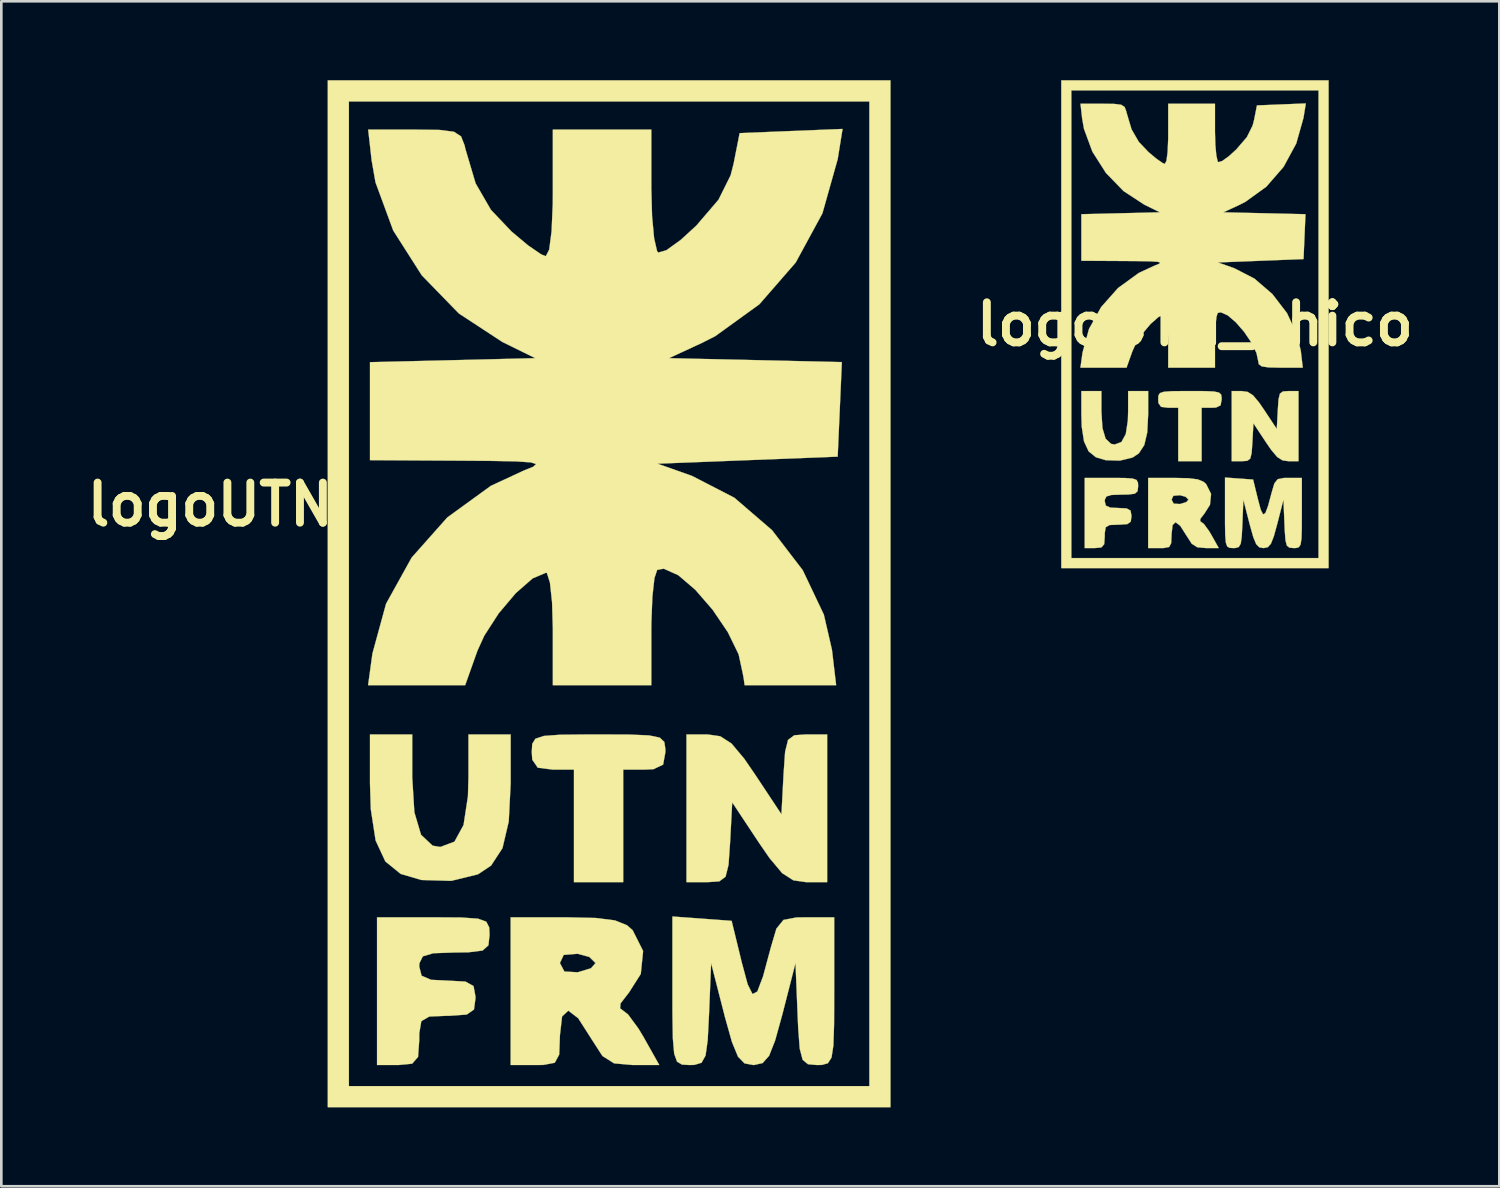
<source format=kicad_pcb>
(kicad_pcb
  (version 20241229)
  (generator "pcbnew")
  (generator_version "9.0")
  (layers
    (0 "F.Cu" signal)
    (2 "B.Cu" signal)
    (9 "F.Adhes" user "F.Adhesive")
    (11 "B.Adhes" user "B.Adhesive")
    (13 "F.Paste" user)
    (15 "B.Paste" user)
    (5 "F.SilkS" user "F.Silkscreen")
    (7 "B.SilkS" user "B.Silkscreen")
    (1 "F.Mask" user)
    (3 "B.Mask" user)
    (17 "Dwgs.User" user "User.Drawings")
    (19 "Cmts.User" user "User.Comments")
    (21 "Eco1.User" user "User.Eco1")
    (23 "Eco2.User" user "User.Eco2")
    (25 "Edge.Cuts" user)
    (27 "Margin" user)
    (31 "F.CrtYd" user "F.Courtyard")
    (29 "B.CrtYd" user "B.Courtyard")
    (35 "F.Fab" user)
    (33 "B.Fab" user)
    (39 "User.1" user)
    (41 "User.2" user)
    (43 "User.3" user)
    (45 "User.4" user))
  (footprint "logoUTN"
    (layer "F.Cu")
    (at 18.836 11.903)
    (property "Reference" "logoUTN" (at -13.894 4.227 0) (layer "F.SilkS") (effects (font (size 1.524 1.524) (thickness 0.3))))
    (attr through_hole)
    (fp_poly (pts (xy 11.965 27.138) (xy -9.425 27.138) (xy -9.425 -11.096) (xy -8.623 -11.096) (xy -8.623 26.336) (xy 11.163 26.336) (xy 11.163 -11.096) (xy -8.623 -11.096) (xy -9.425 -11.096) (xy -9.425 -11.898) (xy 11.965 -11.898) (xy 11.965 27.138)) (stroke (width 0.01) (type solid)) (fill yes) (layer "F.SilkS"))
    (fp_poly (pts (xy 2.046 12.972) (xy 2.788 13.004) (xy 3.195 13.088) (xy 3.369 13.253) (xy 3.408 13.523) (xy 3.409 13.636) (xy 3.323 14.113) (xy 2.956 14.288) (xy 2.607 14.304) (xy 1.805 14.304) (xy 1.805 18.582) (xy -0.067 18.582) (xy -0.067 14.304) (xy -0.869 14.304) (xy -1.442 14.232) (xy -1.652 13.926) (xy -1.671 13.636) (xy -1.653 13.326) (xy -1.534 13.131) (xy -1.212 13.024) (xy -0.588 12.978) (xy 0.439 12.968) (xy 0.869 12.967) (xy 2.046 12.972)) (stroke (width 0.01) (type solid)) (fill yes) (layer "F.SilkS"))
    (fp_poly (pts (xy -6.216 14.589) (xy -6.134 15.925) (xy -5.88 16.782) (xy -5.44 17.195) (xy -5.147 17.245) (xy -4.609 17.042) (xy -4.264 16.41) (xy -4.097 15.317) (xy -4.077 14.589) (xy -4.077 12.967) (xy -2.473 12.967) (xy -2.473 14.826) (xy -2.546 16.275) (xy -2.784 17.289) (xy -3.218 17.953) (xy -3.718 18.285) (xy -4.734 18.533) (xy -5.868 18.5) (xy -6.654 18.269) (xy -7.237 17.795) (xy -7.607 16.999) (xy -7.79 15.809) (xy -7.821 14.826) (xy -7.821 12.967) (xy -6.216 12.967) (xy -6.216 14.589)) (stroke (width 0.01) (type solid)) (fill yes) (layer "F.SilkS"))
    (fp_poly (pts (xy 5.495 13.037) (xy 5.921 13.311) (xy 6.406 13.889) (xy 6.815 14.485) (xy 7.821 16.003) (xy 7.901 14.485) (xy 7.96 13.627) (xy 8.072 13.175) (xy 8.311 12.998) (xy 8.749 12.967) (xy 8.77 12.967) (xy 9.558 12.967) (xy 9.558 18.582) (xy 8.759 18.582) (xy 8.274 18.513) (xy 7.848 18.239) (xy 7.363 17.66) (xy 6.954 17.065) (xy 5.949 15.547) (xy 5.869 17.065) (xy 5.809 17.922) (xy 5.697 18.375) (xy 5.459 18.552) (xy 5.02 18.582) (xy 5 18.582) (xy 4.211 18.582) (xy 4.211 12.967) (xy 5.01 12.967) (xy 5.495 13.037)) (stroke (width 0.01) (type solid)) (fill yes) (layer "F.SilkS"))
    (fp_poly (pts (xy -4.353 19.926) (xy -3.718 19.97) (xy -3.399 20.085) (xy -3.288 20.306) (xy -3.275 20.587) (xy -3.319 20.984) (xy -3.54 21.182) (xy -4.076 21.249) (xy -4.612 21.256) (xy -5.414 21.284) (xy -5.814 21.403) (xy -5.943 21.667) (xy -5.949 21.791) (xy -5.859 22.14) (xy -5.497 22.295) (xy -4.879 22.325) (xy -4.19 22.362) (xy -3.884 22.534) (xy -3.81 22.935) (xy -3.81 22.994) (xy -3.868 23.424) (xy -4.144 23.616) (xy -4.786 23.662) (xy -4.879 23.662) (xy -5.564 23.69) (xy -5.869 23.865) (xy -5.947 24.322) (xy -5.949 24.598) (xy -5.994 25.227) (xy -6.22 25.484) (xy -6.751 25.534) (xy -7.553 25.534) (xy -7.553 19.919) (xy -5.414 19.919) (xy -4.353 19.926)) (stroke (width 0.01) (type solid)) (fill yes) (layer "F.SilkS"))
    (fp_poly (pts (xy 0.76 19.944) (xy 1.491 20.036) (xy 1.947 20.219) (xy 2.164 20.408) (xy 2.562 21.2) (xy 2.474 22.071) (xy 2.026 22.776) (xy 1.703 23.193) (xy 1.687 23.392) (xy 1.709 23.395) (xy 1.987 23.608) (xy 2.385 24.148) (xy 2.575 24.464) (xy 3.176 25.534) (xy 2.156 25.533) (xy 1.459 25.471) (xy 1.016 25.191) (xy 0.604 24.553) (xy 0.602 24.548) (xy 0.094 23.755) (xy -0.282 23.467) (xy -0.518 23.687) (xy -0.602 24.416) (xy -0.602 24.442) (xy -0.628 25.136) (xy -0.796 25.448) (xy -1.234 25.531) (xy -1.537 25.534) (xy -2.473 25.534) (xy -2.473 21.657) (xy -0.602 21.657) (xy -0.431 21.979) (xy 0.075 22.009) (xy 0.582 21.855) (xy 0.752 21.657) (xy 0.522 21.428) (xy 0.075 21.305) (xy -0.457 21.348) (xy -0.602 21.657) (xy -2.473 21.657) (xy -2.473 19.919) (xy -0.376 19.919) (xy 0.76 19.944)) (stroke (width 0.01) (type solid)) (fill yes) (layer "F.SilkS"))
    (fp_poly (pts (xy 4.802 19.97) (xy 5.927 20.053) (xy 6.316 21.649) (xy 6.536 22.465) (xy 6.72 22.836) (xy 6.903 22.742) (xy 7.122 22.164) (xy 7.413 21.083) (xy 7.42 21.055) (xy 7.63 20.348) (xy 7.897 20.019) (xy 8.392 19.924) (xy 8.767 19.919) (xy 9.826 19.919) (xy 9.826 22.726) (xy 9.822 23.975) (xy 9.796 24.785) (xy 9.725 25.251) (xy 9.586 25.467) (xy 9.359 25.53) (xy 9.169 25.534) (xy 8.829 25.503) (xy 8.626 25.334) (xy 8.516 24.912) (xy 8.457 24.124) (xy 8.434 23.595) (xy 8.355 21.657) (xy 7.859 23.595) (xy 7.582 24.598) (xy 7.351 25.184) (xy 7.105 25.46) (xy 6.782 25.533) (xy 6.751 25.534) (xy 6.419 25.472) (xy 6.169 25.216) (xy 5.939 24.658) (xy 5.668 23.692) (xy 5.644 23.595) (xy 5.147 21.657) (xy 5.068 23.595) (xy 5.017 24.595) (xy 4.936 25.174) (xy 4.783 25.448) (xy 4.512 25.529) (xy 4.333 25.534) (xy 4.041 25.518) (xy 3.852 25.406) (xy 3.743 25.103) (xy 3.692 24.515) (xy 3.677 23.546) (xy 3.676 22.711) (xy 3.676 19.888) (xy 4.802 19.97)) (stroke (width 0.01) (type solid)) (fill yes) (layer "F.SilkS"))
    (fp_poly (pts (xy 9.959 -8.902) (xy 9.378 -6.842) (xy 8.363 -4.973) (xy 6.982 -3.386) (xy 5.303 -2.173) (xy 4.793 -1.915) (xy 3.543 -1.337) (xy 6.83 -1.262) (xy 10.117 -1.187) (xy 10.038 0.61) (xy 9.959 2.406) (xy 3.108 2.674) (xy 4.419 3.138) (xy 6.03 3.968) (xy 7.465 5.203) (xy 8.631 6.724) (xy 9.433 8.412) (xy 9.741 9.749) (xy 9.9 11.096) (xy 8.103 11.096) (xy 7.112 11.095) (xy 6.421 11.095) (xy 6.384 10.823) (xy 6.35 10.645) (xy 6.193 9.92) (xy 5.782 9.078) (xy 5.204 8.225) (xy 4.547 7.468) (xy 3.898 6.913) (xy 3.347 6.666) (xy 3.097 6.712) (xy 2.992 7.026) (xy 2.914 7.736) (xy 2.876 8.705) (xy 2.874 8.973) (xy 2.874 11.096) (xy -0.869 11.096) (xy -0.869 8.957) (xy -0.899 7.946) (xy -0.979 7.198) (xy -1.094 6.835) (xy -1.127 6.818) (xy -1.637 7.034) (xy -2.276 7.592) (xy -2.928 8.363) (xy -3.476 9.212) (xy -3.737 9.785) (xy -4.203 11.095) (xy -7.893 11.096) (xy -7.728 9.892) (xy -7.21 7.999) (xy -6.236 6.243) (xy -4.882 4.718) (xy -3.227 3.517) (xy -1.973 2.935) (xy -1.613 2.789) (xy -1.505 2.688) (xy -1.708 2.624) (xy -2.281 2.586) (xy -3.284 2.567) (xy -4.412 2.559) (xy -7.821 2.54) (xy -7.821 -1.186) (xy -1.537 -1.337) (xy -2.792 -1.955) (xy -4.443 -3.037) (xy -5.853 -4.488) (xy -6.937 -6.189) (xy -7.612 -8.023) (xy -7.759 -8.862) (xy -7.89 -10.026) (xy -6.122 -10.026) (xy -5.175 -10.014) (xy -4.63 -9.944) (xy -4.358 -9.767) (xy -4.226 -9.431) (xy -4.194 -9.291) (xy -3.806 -7.983) (xy -3.225 -6.978) (xy -2.441 -6.152) (xy -1.805 -5.62) (xy -1.307 -5.28) (xy -1.136 -5.214) (xy -1.008 -5.466) (xy -0.917 -6.163) (xy -0.872 -7.215) (xy -0.869 -7.62) (xy -0.869 -10.026) (xy 2.874 -10.026) (xy 2.874 -7.769) (xy 2.903 -6.721) (xy 2.981 -5.89) (xy 3.092 -5.41) (xy 3.136 -5.351) (xy 3.446 -5.44) (xy 3.993 -5.834) (xy 4.585 -6.376) (xy 5.425 -7.356) (xy 5.889 -8.288) (xy 6.002 -8.728) (xy 6.232 -9.893) (xy 8.188 -9.972) (xy 10.144 -10.051) (xy 9.959 -8.902)) (stroke (width 0.01) (type solid)) (fill yes) (layer "F.SilkS")))
  (footprint "logoUTN_chico"
    (layer "F.Cu")
    (at 42.376 9.276)
    (property "Reference" "logoUTN_chico" (at 0 0 0) (layer "F.SilkS") (effects (font (size 1.524 1.524) (thickness 0.3))))
    (attr through_hole)
    (fp_poly (pts (xy 5.08 9.271) (xy -5.08 9.271) (xy -5.08 -8.89) (xy -4.699 -8.89) (xy -4.699 8.89) (xy 4.699 8.89) (xy 4.699 -8.89) (xy -4.699 -8.89) (xy -5.08 -8.89) (xy -5.08 -9.271) (xy 5.08 -9.271) (xy 5.08 9.271)) (stroke (width 0.01) (type solid)) (fill yes) (layer "F.SilkS"))
    (fp_poly (pts (xy 0.368 2.542) (xy 0.721 2.557) (xy 0.915 2.597) (xy 0.997 2.675) (xy 1.016 2.804) (xy 1.016 2.857) (xy 0.975 3.084) (xy 0.801 3.167) (xy 0.635 3.175) (xy 0.254 3.175) (xy 0.254 5.207) (xy -0.635 5.207) (xy -0.635 3.175) (xy -1.016 3.175) (xy -1.288 3.141) (xy -1.388 2.996) (xy -1.397 2.857) (xy -1.389 2.71) (xy -1.332 2.618) (xy -1.179 2.567) (xy -0.882 2.545) (xy -0.395 2.54) (xy -0.191 2.54) (xy 0.368 2.542)) (stroke (width 0.01) (type solid)) (fill yes) (layer "F.SilkS"))
    (fp_poly (pts (xy -3.556 3.31) (xy -3.517 3.945) (xy -3.396 4.352) (xy -3.187 4.548) (xy -3.048 4.572) (xy -2.793 4.475) (xy -2.629 4.175) (xy -2.55 3.656) (xy -2.54 3.31) (xy -2.54 2.54) (xy -1.778 2.54) (xy -1.778 3.423) (xy -1.813 4.111) (xy -1.926 4.593) (xy -2.132 4.908) (xy -2.369 5.066) (xy -2.852 5.184) (xy -3.39 5.168) (xy -3.764 5.058) (xy -4.041 4.833) (xy -4.217 4.455) (xy -4.304 3.89) (xy -4.318 3.423) (xy -4.318 2.54) (xy -3.556 2.54) (xy -3.556 3.31)) (stroke (width 0.01) (type solid)) (fill yes) (layer "F.SilkS"))
    (fp_poly (pts (xy 2.007 2.573) (xy 2.209 2.703) (xy 2.44 2.978) (xy 2.634 3.261) (xy 3.111 3.982) (xy 3.15 3.261) (xy 3.178 2.854) (xy 3.231 2.639) (xy 3.344 2.555) (xy 3.553 2.54) (xy 3.562 2.54) (xy 3.937 2.54) (xy 3.937 5.207) (xy 3.557 5.207) (xy 3.327 5.174) (xy 3.125 5.044) (xy 2.894 4.769) (xy 2.7 4.486) (xy 2.223 3.765) (xy 2.184 4.486) (xy 2.156 4.893) (xy 2.103 5.108) (xy 1.99 5.192) (xy 1.781 5.207) (xy 1.772 5.207) (xy 1.397 5.207) (xy 1.397 2.54) (xy 1.777 2.54) (xy 2.007 2.573)) (stroke (width 0.01) (type solid)) (fill yes) (layer "F.SilkS"))
    (fp_poly (pts (xy -2.671 5.845) (xy -2.369 5.866) (xy -2.218 5.921) (xy -2.165 6.026) (xy -2.159 6.16) (xy -2.18 6.348) (xy -2.285 6.442) (xy -2.539 6.474) (xy -2.794 6.477) (xy -3.175 6.49) (xy -3.365 6.547) (xy -3.426 6.672) (xy -3.429 6.731) (xy -3.386 6.897) (xy -3.214 6.971) (xy -2.921 6.985) (xy -2.594 7.002) (xy -2.448 7.084) (xy -2.413 7.275) (xy -2.413 7.303) (xy -2.441 7.507) (xy -2.572 7.598) (xy -2.877 7.62) (xy -2.921 7.62) (xy -3.246 7.633) (xy -3.391 7.717) (xy -3.428 7.933) (xy -3.429 8.065) (xy -3.45 8.363) (xy -3.558 8.486) (xy -3.81 8.509) (xy -4.191 8.509) (xy -4.191 5.842) (xy -3.175 5.842) (xy -2.671 5.845)) (stroke (width 0.01) (type solid)) (fill yes) (layer "F.SilkS"))
    (fp_poly (pts (xy -0.242 5.854) (xy 0.105 5.897) (xy 0.321 5.985) (xy 0.425 6.074) (xy 0.614 6.451) (xy 0.572 6.864) (xy 0.359 7.199) (xy 0.206 7.397) (xy 0.198 7.492) (xy 0.208 7.493) (xy 0.341 7.594) (xy 0.53 7.851) (xy 0.62 8.001) (xy 0.905 8.509) (xy 0.421 8.509) (xy 0.09 8.479) (xy -0.121 8.346) (xy -0.316 8.043) (xy -0.318 8.041) (xy -0.558 7.664) (xy -0.737 7.527) (xy -0.849 7.632) (xy -0.889 7.978) (xy -0.889 7.99) (xy -0.902 8.32) (xy -0.981 8.468) (xy -1.19 8.508) (xy -1.333 8.509) (xy -1.778 8.509) (xy -1.778 6.668) (xy -0.889 6.668) (xy -0.808 6.82) (xy -0.568 6.835) (xy -0.327 6.761) (xy -0.246 6.668) (xy -0.355 6.559) (xy -0.568 6.5) (xy -0.82 6.521) (xy -0.889 6.668) (xy -1.778 6.668) (xy -1.778 5.842) (xy -0.782 5.842) (xy -0.242 5.854)) (stroke (width 0.01) (type solid)) (fill yes) (layer "F.SilkS"))
    (fp_poly (pts (xy 1.678 5.866) (xy 2.212 5.905) (xy 2.397 6.664) (xy 2.501 7.051) (xy 2.589 7.227) (xy 2.676 7.183) (xy 2.78 6.908) (xy 2.918 6.395) (xy 2.921 6.382) (xy 3.021 6.046) (xy 3.148 5.89) (xy 3.383 5.844) (xy 3.561 5.842) (xy 4.064 5.842) (xy 4.064 7.176) (xy 4.062 7.769) (xy 4.05 8.153) (xy 4.016 8.375) (xy 3.95 8.477) (xy 3.842 8.507) (xy 3.752 8.509) (xy 3.591 8.494) (xy 3.494 8.414) (xy 3.442 8.214) (xy 3.414 7.839) (xy 3.403 7.588) (xy 3.365 6.668) (xy 3.13 7.588) (xy 2.998 8.065) (xy 2.889 8.343) (xy 2.772 8.474) (xy 2.618 8.509) (xy 2.603 8.509) (xy 2.446 8.48) (xy 2.327 8.358) (xy 2.218 8.093) (xy 2.089 7.634) (xy 2.077 7.588) (xy 1.841 6.668) (xy 1.804 7.588) (xy 1.78 8.063) (xy 1.742 8.338) (xy 1.668 8.468) (xy 1.54 8.507) (xy 1.455 8.509) (xy 1.316 8.501) (xy 1.227 8.448) (xy 1.175 8.304) (xy 1.151 8.025) (xy 1.143 7.565) (xy 1.143 7.168) (xy 1.143 5.827) (xy 1.678 5.866)) (stroke (width 0.01) (type solid)) (fill yes) (layer "F.SilkS"))
    (fp_poly (pts (xy 4.127 -7.848) (xy 3.851 -6.87) (xy 3.369 -5.982) (xy 2.713 -5.228) (xy 1.915 -4.652) (xy 1.673 -4.529) (xy 1.079 -4.255) (xy 2.641 -4.219) (xy 4.202 -4.183) (xy 4.165 -3.33) (xy 4.128 -2.477) (xy 0.873 -2.349) (xy 1.496 -2.129) (xy 2.261 -1.735) (xy 2.943 -1.148) (xy 3.497 -0.426) (xy 3.877 0.376) (xy 4.024 1.011) (xy 4.099 1.651) (xy 3.256 1.651) (xy 2.797 1.641) (xy 2.539 1.602) (xy 2.429 1.521) (xy 2.413 1.437) (xy 2.339 1.092) (xy 2.143 0.692) (xy 1.869 0.287) (xy 1.556 -0.072) (xy 1.249 -0.336) (xy 0.987 -0.453) (xy 0.868 -0.431) (xy 0.818 -0.282) (xy 0.781 0.055) (xy 0.763 0.515) (xy 0.762 0.642) (xy 0.762 1.651) (xy -1.016 1.651) (xy -1.016 0.635) (xy -1.03 0.155) (xy -1.068 -0.2) (xy -1.123 -0.373) (xy -1.139 -0.381) (xy -1.381 -0.279) (xy -1.684 -0.013) (xy -1.994 0.353) (xy -2.255 0.756) (xy -2.379 1.028) (xy -2.6 1.651) (xy -4.353 1.651) (xy -4.274 1.079) (xy -4.028 0.18) (xy -3.565 -0.654) (xy -2.922 -1.378) (xy -2.136 -1.949) (xy -1.54 -2.226) (xy -1.369 -2.295) (xy -1.318 -2.343) (xy -1.415 -2.373) (xy -1.687 -2.391) (xy -2.163 -2.4) (xy -2.699 -2.404) (xy -4.318 -2.413) (xy -4.318 -4.183) (xy -1.333 -4.255) (xy -1.929 -4.548) (xy -2.714 -5.062) (xy -3.383 -5.751) (xy -3.898 -6.559) (xy -4.219 -7.43) (xy -4.289 -7.829) (xy -4.351 -8.382) (xy -3.511 -8.382) (xy -3.061 -8.376) (xy -2.803 -8.343) (xy -2.673 -8.259) (xy -2.611 -8.099) (xy -2.596 -8.033) (xy -2.411 -7.412) (xy -2.135 -6.934) (xy -1.763 -6.542) (xy -1.46 -6.289) (xy -1.224 -6.127) (xy -1.143 -6.096) (xy -1.082 -6.216) (xy -1.039 -6.547) (xy -1.017 -7.046) (xy -1.016 -7.239) (xy -1.016 -8.382) (xy 0.762 -8.382) (xy 0.762 -7.31) (xy 0.776 -6.812) (xy 0.813 -6.417) (xy 0.865 -6.189) (xy 0.886 -6.161) (xy 1.034 -6.204) (xy 1.294 -6.391) (xy 1.575 -6.648) (xy 1.974 -7.113) (xy 2.194 -7.556) (xy 2.248 -7.765) (xy 2.357 -8.319) (xy 4.215 -8.394) (xy 4.127 -7.848)) (stroke (width 0.01) (type solid)) (fill yes) (layer "F.SilkS")))
  (gr_rect
    (start -3 -3)
    (end 53.947 42.046)
    (stroke (width 0.1) (type default))
    (fill no)
    (layer "Edge.Cuts")))
</source>
